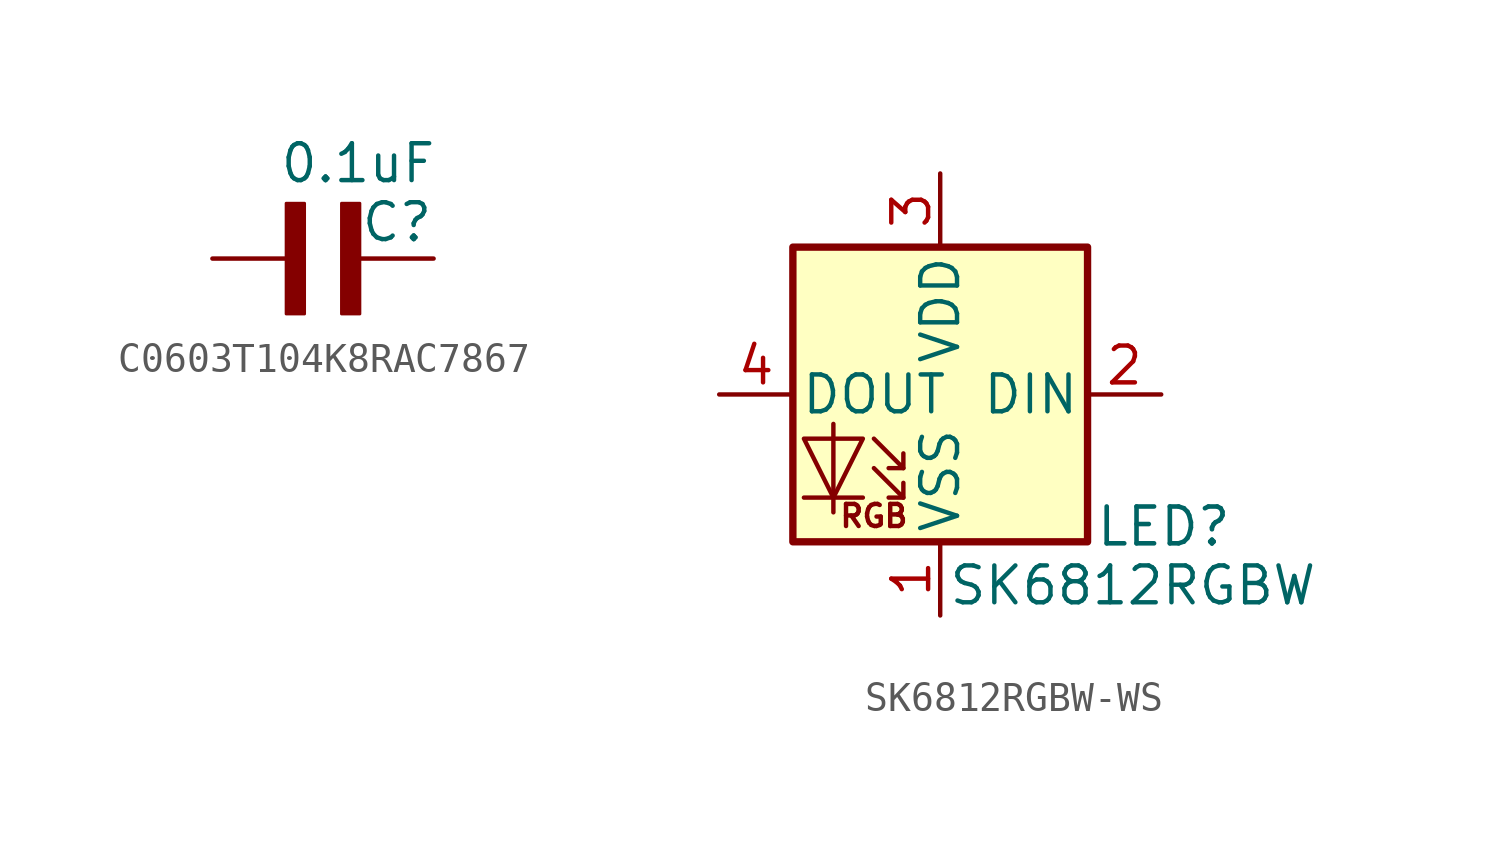
<source format=kicad_sym>
(kicad_symbol_lib
  (version 20231120)
  (generator "kicad_symbol_editor")
  (generator_version "8.0")
  (symbol "C0603T104K8RAC7867"
    (pin_numbers hide)
    (pin_names
      (offset 1.016) hide)
    (property "Reference" "C"
      (at 2.54 0.508 0)
      (do_not_autoplace)
      (effects (font (size 1.27 1.27)) (justify left bottom)))
    (property "Value" "0.1uF"
      (at -0.254 2.54 0)
      (do_not_autoplace)
      (effects (font (size 1.27 1.27)) (justify left bottom)))
    (symbol "C0603T104K8RAC7867_0_0"
      (rectangle (start 0 -1.907) (end 0.635 1.905) (stroke (width 0.1) (type default)) (fill (type outline)))
      (rectangle (start 1.907 -1.907) (end 2.54 1.905) (stroke (width 0.1) (type default)) (fill (type outline)))
      (pin passive line (at -2.54 0 0) (length 2.54) (name "~" (effects (font (size 1.016 1.016)))) (number "1" (effects (font (size 1.016 1.016)))))
      (pin passive line (at 5.08 0 180) (length 2.54) (name "~" (effects (font (size 1.016 1.016)))) (number "2" (effects (font (size 1.016 1.016)))))))
  (symbol "SK6812RGBW-WS"
    (pin_names
      (offset 0.254))
    (property "Reference" "LED"
      (at 5.334 -3.81 0)
      (do_not_autoplace)
      (effects (font (size 1.27 1.27) (thickness 0.159)) (justify left top)))
    (property "Value" "SK6812RGBW"
      (at 0.254 -5.842 0)
      (do_not_autoplace)
      (effects (font (size 1.27 1.27)) (justify left top)))
    (symbol "SK6812RGBW-WS_0_0"
      (text "RGB" (at -2.286 -4.191 0) (effects (font (size 0.762 0.762)))))
    (symbol "SK6812RGBW-WS_0_1"
      (rectangle (start -5.08 5.08) (end 5.08 -5.08) (stroke (width 0.254) (type default)) (fill (type background)))
      (polyline (pts (xy -4.699 -3.556) (xy -2.667 -3.556)) (stroke (width 0) (type default)) (fill (type none)))
      (polyline (pts (xy -1.27 -3.556) (xy -1.778 -3.556)) (stroke (width 0) (type default)) (fill (type none)))
      (polyline (pts (xy -1.27 -2.54) (xy -1.778 -2.54)) (stroke (width 0) (type default)) (fill (type none)))
      (polyline (pts (xy -3.683 -1.016) (xy -3.683 -3.556) (xy -3.683 -4.064)) (stroke (width 0) (type default)) (fill (type none)))
      (polyline (pts (xy -2.286 -2.54) (xy -1.27 -3.556) (xy -1.27 -3.048)) (stroke (width 0) (type default)) (fill (type none)))
      (polyline (pts (xy -2.286 -1.524) (xy -1.27 -2.54) (xy -1.27 -2.032)) (stroke (width 0) (type default)) (fill (type none)))
      (polyline (pts (xy -4.699 -1.524) (xy -2.667 -1.524) (xy -3.683 -3.556) (xy -4.699 -1.524)) (stroke (width 0) (type default)) (fill (type none))))
    (symbol "SK6812RGBW-WS_1_1"
      (pin power_in line (at 0 -7.62 90) (length 2.54) (name "VSS" (effects (font (size 1.27 1.27)))) (number "1" (effects (font (size 1.27 1.27)))))
      (pin input line (at 7.62 0 180) (length 2.54) (name "DIN" (effects (font (size 1.27 1.27)))) (number "2" (effects (font (size 1.27 1.27)))))
      (pin power_in line (at 0 7.62 270) (length 2.54) (name "VDD" (effects (font (size 1.27 1.27)))) (number "3" (effects (font (size 1.27 1.27)))))
      (pin output line (at -7.62 0 0) (length 2.54) (name "DOUT" (effects (font (size 1.27 1.27)))) (number "4" (effects (font (size 1.27 1.27))))))))
</source>
